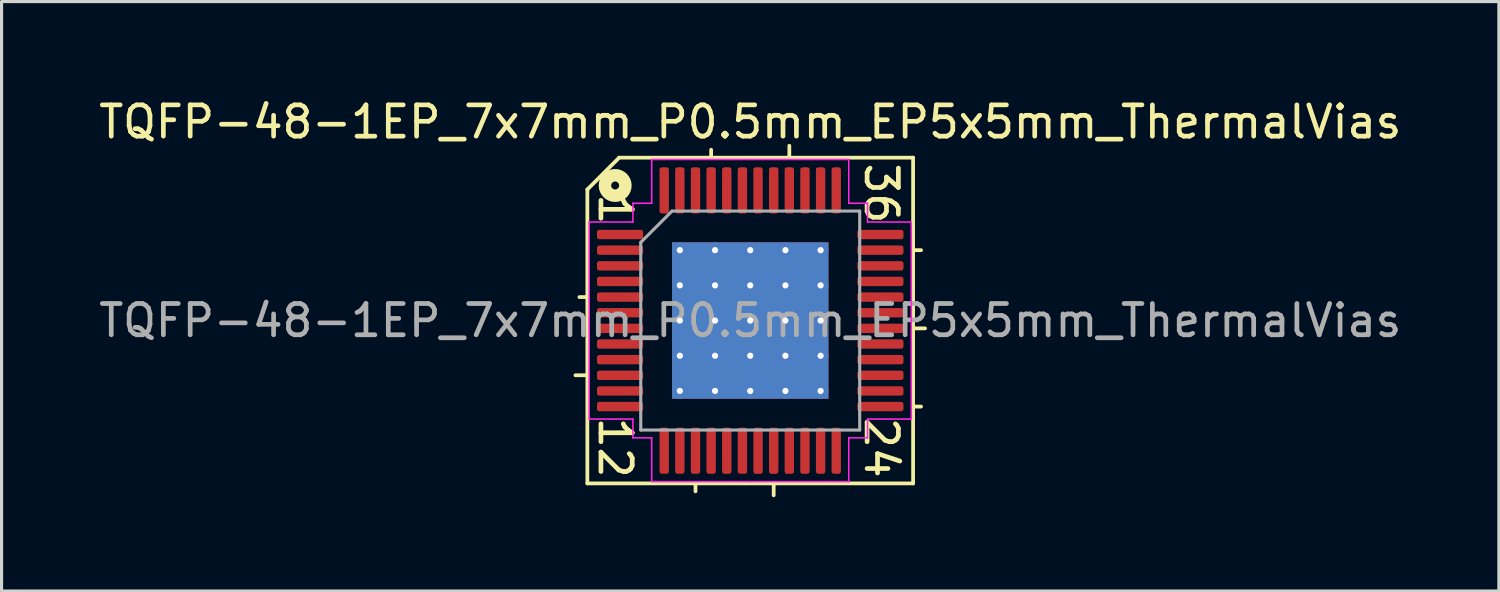
<source format=kicad_pcb>
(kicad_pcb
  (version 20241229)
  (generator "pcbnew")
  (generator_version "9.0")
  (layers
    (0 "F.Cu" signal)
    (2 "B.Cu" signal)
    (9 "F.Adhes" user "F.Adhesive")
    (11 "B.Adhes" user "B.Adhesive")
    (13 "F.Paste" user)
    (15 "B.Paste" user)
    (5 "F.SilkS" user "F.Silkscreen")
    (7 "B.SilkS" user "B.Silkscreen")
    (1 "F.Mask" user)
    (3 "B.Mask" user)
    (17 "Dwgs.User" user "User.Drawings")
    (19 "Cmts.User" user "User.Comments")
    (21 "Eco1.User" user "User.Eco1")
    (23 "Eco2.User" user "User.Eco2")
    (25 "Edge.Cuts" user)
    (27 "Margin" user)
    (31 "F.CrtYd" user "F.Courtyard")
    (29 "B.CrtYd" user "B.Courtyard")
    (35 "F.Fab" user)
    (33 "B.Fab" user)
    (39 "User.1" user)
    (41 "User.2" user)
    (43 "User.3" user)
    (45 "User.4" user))
  (footprint "TQFP-48-1EP_7x7mm_P0.5mm_EP5x5mm_ThermalVias"
    (layer "F.Cu")
    (at 20.935 7.198)
    (property "Reference" "TQFP-48-1EP_7x7mm_P0.5mm_EP5x5mm_ThermalVias" (at 0 -6.35 0) (layer "F.SilkS") (effects (font (size 1 1) (thickness 0.15))))
    (attr smd)
    (fp_line (start -5.207 -4.191) (end -5.207 5.207) (stroke (width 0.12) (type solid)) (layer "F.SilkS"))
    (fp_line (start -5.207 -0.75) (end -5.461 -0.75) (stroke (width 0.12) (type solid)) (layer "F.SilkS"))
    (fp_line (start -5.207 1.75) (end -5.588 1.75) (stroke (width 0.12) (type solid)) (layer "F.SilkS"))
    (fp_line (start -5.207 5.207) (end 5.207 5.207) (stroke (width 0.12) (type solid)) (layer "F.SilkS"))
    (fp_line (start -4.191 -5.207) (end -5.207 -4.191) (stroke (width 0.12) (type solid)) (layer "F.SilkS"))
    (fp_line (start -1.75 5.207) (end -1.75 5.461) (stroke (width 0.12) (type solid)) (layer "F.SilkS"))
    (fp_line (start -1.25 -5.207) (end -1.25 -5.461) (stroke (width 0.12) (type solid)) (layer "F.SilkS"))
    (fp_line (start 0.75 5.207) (end 0.75 5.588) (stroke (width 0.12) (type solid)) (layer "F.SilkS"))
    (fp_line (start 1.25 -5.207) (end 1.25 -5.588) (stroke (width 0.12) (type solid)) (layer "F.SilkS"))
    (fp_line (start 5.207 -5.207) (end -4.191 -5.207) (stroke (width 0.12) (type solid)) (layer "F.SilkS"))
    (fp_line (start 5.207 -2.25) (end 5.461 -2.25) (stroke (width 0.12) (type solid)) (layer "F.SilkS"))
    (fp_line (start 5.207 0.25) (end 5.588 0.25) (stroke (width 0.12) (type solid)) (layer "F.SilkS"))
    (fp_line (start 5.207 2.75) (end 5.461 2.75) (stroke (width 0.12) (type solid)) (layer "F.SilkS"))
    (fp_line (start 5.207 5.207) (end 5.207 -5.207) (stroke (width 0.12) (type solid)) (layer "F.SilkS"))
    (fp_circle (center -4.318 -4.318) (end -4.191 -4.318) (stroke (width 0.4) (type solid)) (fill no) (layer "F.SilkS"))
    (fp_line (start -5.15 -3.15) (end -5.15 0) (stroke (width 0.05) (type solid)) (layer "F.CrtYd"))
    (fp_line (start -5.15 3.15) (end -5.15 0) (stroke (width 0.05) (type solid)) (layer "F.CrtYd"))
    (fp_line (start -3.75 -3.75) (end -3.75 -3.15) (stroke (width 0.05) (type solid)) (layer "F.CrtYd"))
    (fp_line (start -3.75 -3.15) (end -5.15 -3.15) (stroke (width 0.05) (type solid)) (layer "F.CrtYd"))
    (fp_line (start -3.75 3.15) (end -5.15 3.15) (stroke (width 0.05) (type solid)) (layer "F.CrtYd"))
    (fp_line (start -3.75 3.75) (end -3.75 3.15) (stroke (width 0.05) (type solid)) (layer "F.CrtYd"))
    (fp_line (start -3.15 -5.15) (end -3.15 -3.75) (stroke (width 0.05) (type solid)) (layer "F.CrtYd"))
    (fp_line (start -3.15 -3.75) (end -3.75 -3.75) (stroke (width 0.05) (type solid)) (layer "F.CrtYd"))
    (fp_line (start -3.15 3.75) (end -3.75 3.75) (stroke (width 0.05) (type solid)) (layer "F.CrtYd"))
    (fp_line (start -3.15 5.15) (end -3.15 3.75) (stroke (width 0.05) (type solid)) (layer "F.CrtYd"))
    (fp_line (start 0 -5.15) (end -3.15 -5.15) (stroke (width 0.05) (type solid)) (layer "F.CrtYd"))
    (fp_line (start 0 -5.15) (end 3.15 -5.15) (stroke (width 0.05) (type solid)) (layer "F.CrtYd"))
    (fp_line (start 0 5.15) (end -3.15 5.15) (stroke (width 0.05) (type solid)) (layer "F.CrtYd"))
    (fp_line (start 0 5.15) (end 3.15 5.15) (stroke (width 0.05) (type solid)) (layer "F.CrtYd"))
    (fp_line (start 3.15 -5.15) (end 3.15 -3.75) (stroke (width 0.05) (type solid)) (layer "F.CrtYd"))
    (fp_line (start 3.15 -3.75) (end 3.75 -3.75) (stroke (width 0.05) (type solid)) (layer "F.CrtYd"))
    (fp_line (start 3.15 3.75) (end 3.75 3.75) (stroke (width 0.05) (type solid)) (layer "F.CrtYd"))
    (fp_line (start 3.15 5.15) (end 3.15 3.75) (stroke (width 0.05) (type solid)) (layer "F.CrtYd"))
    (fp_line (start 3.75 -3.75) (end 3.75 -3.15) (stroke (width 0.05) (type solid)) (layer "F.CrtYd"))
    (fp_line (start 3.75 -3.15) (end 5.15 -3.15) (stroke (width 0.05) (type solid)) (layer "F.CrtYd"))
    (fp_line (start 3.75 3.15) (end 5.15 3.15) (stroke (width 0.05) (type solid)) (layer "F.CrtYd"))
    (fp_line (start 3.75 3.75) (end 3.75 3.15) (stroke (width 0.05) (type solid)) (layer "F.CrtYd"))
    (fp_line (start 5.15 -3.15) (end 5.15 0) (stroke (width 0.05) (type solid)) (layer "F.CrtYd"))
    (fp_line (start 5.15 3.15) (end 5.15 0) (stroke (width 0.05) (type solid)) (layer "F.CrtYd"))
    (fp_line (start -3.5 -2.5) (end -2.5 -3.5) (stroke (width 0.1) (type solid)) (layer "F.Fab"))
    (fp_line (start -3.5 3.5) (end -3.5 -2.5) (stroke (width 0.1) (type solid)) (layer "F.Fab"))
    (fp_line (start -2.5 -3.5) (end 3.5 -3.5) (stroke (width 0.1) (type solid)) (layer "F.Fab"))
    (fp_line (start 3.5 -3.5) (end 3.5 3.5) (stroke (width 0.1) (type solid)) (layer "F.Fab"))
    (fp_line (start 3.5 3.5) (end -3.5 3.5) (stroke (width 0.1) (type solid)) (layer "F.Fab"))
    (fp_text user "12" (at -4.318 4.064 270) (unlocked yes) (layer "F.SilkS") (effects (font (size 1 1) (thickness 0.15))))
    (fp_text user "1" (at -4.318 -3.556 270) (unlocked yes) (layer "F.SilkS") (effects (font (size 1 1) (thickness 0.15))))
    (fp_text user "36" (at 4.191 -4.064 270) (unlocked yes) (layer "F.SilkS") (effects (font (size 1 1) (thickness 0.15))))
    (fp_text user "24" (at 4.191 4.064 270) (unlocked yes) (layer "F.SilkS") (effects (font (size 1 1) (thickness 0.15))))
    (fp_text user "${REFERENCE}" (at 0 0 0) (layer "F.Fab") (effects (font (size 1 1) (thickness 0.15))))
    (pad "" smd custom (at -1.688 -1.688) (size 0.891 0.891) (layers "F.Paste") (options (anchor circle)) (primitives (gr_poly (pts (xy -0.387 -0.29) (xy -0.29 -0.387) (xy 0.29 -0.387) (xy 0.387 -0.29) (xy 0.387 0.29) (xy 0.29 0.387) (xy -0.29 0.387) (xy -0.387 0.29)) (width 0.234) (fill yes))))
    (pad "" smd custom (at -1.688 -0.562) (size 0.891 0.891) (layers "F.Paste") (options (anchor circle)) (primitives (gr_poly (pts (xy -0.387 -0.29) (xy -0.29 -0.387) (xy 0.29 -0.387) (xy 0.387 -0.29) (xy 0.387 0.29) (xy 0.29 0.387) (xy -0.29 0.387) (xy -0.387 0.29)) (width 0.234) (fill yes))))
    (pad "" smd custom (at -1.688 0.562) (size 0.891 0.891) (layers "F.Paste") (options (anchor circle)) (primitives (gr_poly (pts (xy -0.387 -0.29) (xy -0.29 -0.387) (xy 0.29 -0.387) (xy 0.387 -0.29) (xy 0.387 0.29) (xy 0.29 0.387) (xy -0.29 0.387) (xy -0.387 0.29)) (width 0.234) (fill yes))))
    (pad "" smd custom (at -1.688 1.688) (size 0.891 0.891) (layers "F.Paste") (options (anchor circle)) (primitives (gr_poly (pts (xy -0.387 -0.29) (xy -0.29 -0.387) (xy 0.29 -0.387) (xy 0.387 -0.29) (xy 0.387 0.29) (xy 0.29 0.387) (xy -0.29 0.387) (xy -0.387 0.29)) (width 0.234) (fill yes))))
    (pad "" smd custom (at -0.562 -1.688) (size 0.891 0.891) (layers "F.Paste") (options (anchor circle)) (primitives (gr_poly (pts (xy -0.387 -0.29) (xy -0.29 -0.387) (xy 0.29 -0.387) (xy 0.387 -0.29) (xy 0.387 0.29) (xy 0.29 0.387) (xy -0.29 0.387) (xy -0.387 0.29)) (width 0.234) (fill yes))))
    (pad "" smd custom (at -0.562 -0.562) (size 0.891 0.891) (layers "F.Paste") (options (anchor circle)) (primitives (gr_poly (pts (xy -0.387 -0.29) (xy -0.29 -0.387) (xy 0.29 -0.387) (xy 0.387 -0.29) (xy 0.387 0.29) (xy 0.29 0.387) (xy -0.29 0.387) (xy -0.387 0.29)) (width 0.234) (fill yes))))
    (pad "" smd custom (at -0.562 0.562) (size 0.891 0.891) (layers "F.Paste") (options (anchor circle)) (primitives (gr_poly (pts (xy -0.387 -0.29) (xy -0.29 -0.387) (xy 0.29 -0.387) (xy 0.387 -0.29) (xy 0.387 0.29) (xy 0.29 0.387) (xy -0.29 0.387) (xy -0.387 0.29)) (width 0.234) (fill yes))))
    (pad "" smd custom (at -0.562 1.688) (size 0.891 0.891) (layers "F.Paste") (options (anchor circle)) (primitives (gr_poly (pts (xy -0.387 -0.29) (xy -0.29 -0.387) (xy 0.29 -0.387) (xy 0.387 -0.29) (xy 0.387 0.29) (xy 0.29 0.387) (xy -0.29 0.387) (xy -0.387 0.29)) (width 0.234) (fill yes))))
    (pad "" smd custom (at 0.562 -1.688) (size 0.891 0.891) (layers "F.Paste") (options (anchor circle)) (primitives (gr_poly (pts (xy -0.387 -0.29) (xy -0.29 -0.387) (xy 0.29 -0.387) (xy 0.387 -0.29) (xy 0.387 0.29) (xy 0.29 0.387) (xy -0.29 0.387) (xy -0.387 0.29)) (width 0.234) (fill yes))))
    (pad "" smd custom (at 0.562 -0.562) (size 0.891 0.891) (layers "F.Paste") (options (anchor circle)) (primitives (gr_poly (pts (xy -0.387 -0.29) (xy -0.29 -0.387) (xy 0.29 -0.387) (xy 0.387 -0.29) (xy 0.387 0.29) (xy 0.29 0.387) (xy -0.29 0.387) (xy -0.387 0.29)) (width 0.234) (fill yes))))
    (pad "" smd custom (at 0.562 0.562) (size 0.891 0.891) (layers "F.Paste") (options (anchor circle)) (primitives (gr_poly (pts (xy -0.387 -0.29) (xy -0.29 -0.387) (xy 0.29 -0.387) (xy 0.387 -0.29) (xy 0.387 0.29) (xy 0.29 0.387) (xy -0.29 0.387) (xy -0.387 0.29)) (width 0.234) (fill yes))))
    (pad "" smd custom (at 0.562 1.688) (size 0.891 0.891) (layers "F.Paste") (options (anchor circle)) (primitives (gr_poly (pts (xy -0.387 -0.29) (xy -0.29 -0.387) (xy 0.29 -0.387) (xy 0.387 -0.29) (xy 0.387 0.29) (xy 0.29 0.387) (xy -0.29 0.387) (xy -0.387 0.29)) (width 0.234) (fill yes))))
    (pad "" smd custom (at 1.688 -1.688) (size 0.891 0.891) (layers "F.Paste") (options (anchor circle)) (primitives (gr_poly (pts (xy -0.387 -0.29) (xy -0.29 -0.387) (xy 0.29 -0.387) (xy 0.387 -0.29) (xy 0.387 0.29) (xy 0.29 0.387) (xy -0.29 0.387) (xy -0.387 0.29)) (width 0.234) (fill yes))))
    (pad "" smd custom (at 1.688 -0.562) (size 0.891 0.891) (layers "F.Paste") (options (anchor circle)) (primitives (gr_poly (pts (xy -0.387 -0.29) (xy -0.29 -0.387) (xy 0.29 -0.387) (xy 0.387 -0.29) (xy 0.387 0.29) (xy 0.29 0.387) (xy -0.29 0.387) (xy -0.387 0.29)) (width 0.234) (fill yes))))
    (pad "" smd custom (at 1.688 0.562) (size 0.891 0.891) (layers "F.Paste") (options (anchor circle)) (primitives (gr_poly (pts (xy -0.387 -0.29) (xy -0.29 -0.387) (xy 0.29 -0.387) (xy 0.387 -0.29) (xy 0.387 0.29) (xy 0.29 0.387) (xy -0.29 0.387) (xy -0.387 0.29)) (width 0.234) (fill yes))))
    (pad "" smd custom (at 1.688 1.688) (size 0.891 0.891) (layers "F.Paste") (options (anchor circle)) (primitives (gr_poly (pts (xy -0.387 -0.29) (xy -0.29 -0.387) (xy 0.29 -0.387) (xy 0.387 -0.29) (xy 0.387 0.29) (xy 0.29 0.387) (xy -0.29 0.387) (xy -0.387 0.29)) (width 0.234) (fill yes))))
    (pad "1" smd roundrect (at -4.162 -2.75) (size 1.475 0.3) (layers "F.Cu" "F.Mask" "F.Paste") (roundrect_rratio 0.25))
    (pad "2" smd roundrect (at -4.162 -2.25) (size 1.475 0.3) (layers "F.Cu" "F.Mask" "F.Paste") (roundrect_rratio 0.25))
    (pad "3" smd roundrect (at -4.162 -1.75) (size 1.475 0.3) (layers "F.Cu" "F.Mask" "F.Paste") (roundrect_rratio 0.25))
    (pad "4" smd roundrect (at -4.162 -1.25) (size 1.475 0.3) (layers "F.Cu" "F.Mask" "F.Paste") (roundrect_rratio 0.25))
    (pad "5" smd roundrect (at -4.162 -0.75) (size 1.475 0.3) (layers "F.Cu" "F.Mask" "F.Paste") (roundrect_rratio 0.25))
    (pad "6" smd roundrect (at -4.162 -0.25) (size 1.475 0.3) (layers "F.Cu" "F.Mask" "F.Paste") (roundrect_rratio 0.25))
    (pad "7" smd roundrect (at -4.162 0.25) (size 1.475 0.3) (layers "F.Cu" "F.Mask" "F.Paste") (roundrect_rratio 0.25))
    (pad "8" smd roundrect (at -4.162 0.75) (size 1.475 0.3) (layers "F.Cu" "F.Mask" "F.Paste") (roundrect_rratio 0.25))
    (pad "9" smd roundrect (at -4.162 1.25) (size 1.475 0.3) (layers "F.Cu" "F.Mask" "F.Paste") (roundrect_rratio 0.25))
    (pad "10" smd roundrect (at -4.162 1.75) (size 1.475 0.3) (layers "F.Cu" "F.Mask" "F.Paste") (roundrect_rratio 0.25))
    (pad "11" smd roundrect (at -4.162 2.25) (size 1.475 0.3) (layers "F.Cu" "F.Mask" "F.Paste") (roundrect_rratio 0.25))
    (pad "12" smd roundrect (at -4.162 2.75) (size 1.475 0.3) (layers "F.Cu" "F.Mask" "F.Paste") (roundrect_rratio 0.25))
    (pad "13" smd roundrect (at -2.75 4.162) (size 0.3 1.475) (layers "F.Cu" "F.Mask" "F.Paste") (roundrect_rratio 0.25))
    (pad "14" smd roundrect (at -2.25 4.162) (size 0.3 1.475) (layers "F.Cu" "F.Mask" "F.Paste") (roundrect_rratio 0.25))
    (pad "15" smd roundrect (at -1.75 4.162) (size 0.3 1.475) (layers "F.Cu" "F.Mask" "F.Paste") (roundrect_rratio 0.25))
    (pad "16" smd roundrect (at -1.25 4.162) (size 0.3 1.475) (layers "F.Cu" "F.Mask" "F.Paste") (roundrect_rratio 0.25))
    (pad "17" smd roundrect (at -0.75 4.162) (size 0.3 1.475) (layers "F.Cu" "F.Mask" "F.Paste") (roundrect_rratio 0.25))
    (pad "18" smd roundrect (at -0.25 4.162) (size 0.3 1.475) (layers "F.Cu" "F.Mask" "F.Paste") (roundrect_rratio 0.25))
    (pad "19" smd roundrect (at 0.25 4.162) (size 0.3 1.475) (layers "F.Cu" "F.Mask" "F.Paste") (roundrect_rratio 0.25))
    (pad "20" smd roundrect (at 0.75 4.162) (size 0.3 1.475) (layers "F.Cu" "F.Mask" "F.Paste") (roundrect_rratio 0.25))
    (pad "21" smd roundrect (at 1.25 4.162) (size 0.3 1.475) (layers "F.Cu" "F.Mask" "F.Paste") (roundrect_rratio 0.25))
    (pad "22" smd roundrect (at 1.75 4.162) (size 0.3 1.475) (layers "F.Cu" "F.Mask" "F.Paste") (roundrect_rratio 0.25))
    (pad "23" smd roundrect (at 2.25 4.162) (size 0.3 1.475) (layers "F.Cu" "F.Mask" "F.Paste") (roundrect_rratio 0.25))
    (pad "24" smd roundrect (at 2.75 4.162) (size 0.3 1.475) (layers "F.Cu" "F.Mask" "F.Paste") (roundrect_rratio 0.25))
    (pad "25" smd roundrect (at 4.162 2.75) (size 1.475 0.3) (layers "F.Cu" "F.Mask" "F.Paste") (roundrect_rratio 0.25))
    (pad "26" smd roundrect (at 4.162 2.25) (size 1.475 0.3) (layers "F.Cu" "F.Mask" "F.Paste") (roundrect_rratio 0.25))
    (pad "27" smd roundrect (at 4.162 1.75) (size 1.475 0.3) (layers "F.Cu" "F.Mask" "F.Paste") (roundrect_rratio 0.25))
    (pad "28" smd roundrect (at 4.162 1.25) (size 1.475 0.3) (layers "F.Cu" "F.Mask" "F.Paste") (roundrect_rratio 0.25))
    (pad "29" smd roundrect (at 4.162 0.75) (size 1.475 0.3) (layers "F.Cu" "F.Mask" "F.Paste") (roundrect_rratio 0.25))
    (pad "30" smd roundrect (at 4.162 0.25) (size 1.475 0.3) (layers "F.Cu" "F.Mask" "F.Paste") (roundrect_rratio 0.25))
    (pad "31" smd roundrect (at 4.162 -0.25) (size 1.475 0.3) (layers "F.Cu" "F.Mask" "F.Paste") (roundrect_rratio 0.25))
    (pad "32" smd roundrect (at 4.162 -0.75) (size 1.475 0.3) (layers "F.Cu" "F.Mask" "F.Paste") (roundrect_rratio 0.25))
    (pad "33" smd roundrect (at 4.162 -1.25) (size 1.475 0.3) (layers "F.Cu" "F.Mask" "F.Paste") (roundrect_rratio 0.25))
    (pad "34" smd roundrect (at 4.162 -1.75) (size 1.475 0.3) (layers "F.Cu" "F.Mask" "F.Paste") (roundrect_rratio 0.25))
    (pad "35" smd roundrect (at 4.162 -2.25) (size 1.475 0.3) (layers "F.Cu" "F.Mask" "F.Paste") (roundrect_rratio 0.25))
    (pad "36" smd roundrect (at 4.162 -2.75) (size 1.475 0.3) (layers "F.Cu" "F.Mask" "F.Paste") (roundrect_rratio 0.25))
    (pad "37" smd roundrect (at 2.75 -4.162) (size 0.3 1.475) (layers "F.Cu" "F.Mask" "F.Paste") (roundrect_rratio 0.25))
    (pad "38" smd roundrect (at 2.25 -4.162) (size 0.3 1.475) (layers "F.Cu" "F.Mask" "F.Paste") (roundrect_rratio 0.25))
    (pad "39" smd roundrect (at 1.75 -4.162) (size 0.3 1.475) (layers "F.Cu" "F.Mask" "F.Paste") (roundrect_rratio 0.25))
    (pad "40" smd roundrect (at 1.25 -4.162) (size 0.3 1.475) (layers "F.Cu" "F.Mask" "F.Paste") (roundrect_rratio 0.25))
    (pad "41" smd roundrect (at 0.75 -4.162) (size 0.3 1.475) (layers "F.Cu" "F.Mask" "F.Paste") (roundrect_rratio 0.25))
    (pad "42" smd roundrect (at 0.25 -4.162) (size 0.3 1.475) (layers "F.Cu" "F.Mask" "F.Paste") (roundrect_rratio 0.25))
    (pad "43" smd roundrect (at -0.25 -4.162) (size 0.3 1.475) (layers "F.Cu" "F.Mask" "F.Paste") (roundrect_rratio 0.25))
    (pad "44" smd roundrect (at -0.75 -4.162) (size 0.3 1.475) (layers "F.Cu" "F.Mask" "F.Paste") (roundrect_rratio 0.25))
    (pad "45" smd roundrect (at -1.25 -4.162) (size 0.3 1.475) (layers "F.Cu" "F.Mask" "F.Paste") (roundrect_rratio 0.25))
    (pad "46" smd roundrect (at -1.75 -4.162) (size 0.3 1.475) (layers "F.Cu" "F.Mask" "F.Paste") (roundrect_rratio 0.25))
    (pad "47" smd roundrect (at -2.25 -4.162) (size 0.3 1.475) (layers "F.Cu" "F.Mask" "F.Paste") (roundrect_rratio 0.25))
    (pad "48" smd roundrect (at -2.75 -4.162) (size 0.3 1.475) (layers "F.Cu" "F.Mask" "F.Paste") (roundrect_rratio 0.25))
    (pad "49" thru_hole circle (at -2.25 -2.25) (size 0.5 0.5) (drill 0.2) (layers "*.Cu"))
    (pad "49" thru_hole circle (at -2.25 -1.125) (size 0.5 0.5) (drill 0.2) (layers "*.Cu"))
    (pad "49" thru_hole circle (at -2.25 0) (size 0.5 0.5) (drill 0.2) (layers "*.Cu"))
    (pad "49" thru_hole circle (at -2.25 1.125) (size 0.5 0.5) (drill 0.2) (layers "*.Cu"))
    (pad "49" thru_hole circle (at -2.25 2.25) (size 0.5 0.5) (drill 0.2) (layers "*.Cu"))
    (pad "49" thru_hole circle (at -1.125 -2.25) (size 0.5 0.5) (drill 0.2) (layers "*.Cu"))
    (pad "49" thru_hole circle (at -1.125 -1.125) (size 0.5 0.5) (drill 0.2) (layers "*.Cu"))
    (pad "49" thru_hole circle (at -1.125 0) (size 0.5 0.5) (drill 0.2) (layers "*.Cu"))
    (pad "49" thru_hole circle (at -1.125 1.125) (size 0.5 0.5) (drill 0.2) (layers "*.Cu"))
    (pad "49" thru_hole circle (at -1.125 2.25) (size 0.5 0.5) (drill 0.2) (layers "*.Cu"))
    (pad "49" thru_hole circle (at 0 -2.25) (size 0.5 0.5) (drill 0.2) (layers "*.Cu"))
    (pad "49" thru_hole circle (at 0 -1.125) (size 0.5 0.5) (drill 0.2) (layers "*.Cu"))
    (pad "49" thru_hole circle (at 0 0) (size 0.5 0.5) (drill 0.2) (layers "*.Cu"))
    (pad "49" smd rect (at 0 0) (size 5 5) (layers "F.Cu" "F.Mask"))
    (pad "49" smd rect (at 0 0) (size 5 5) (layers "B.Cu" "B.Mask"))
    (pad "49" thru_hole circle (at 0 1.125) (size 0.5 0.5) (drill 0.2) (layers "*.Cu"))
    (pad "49" thru_hole circle (at 0 2.25) (size 0.5 0.5) (drill 0.2) (layers "*.Cu"))
    (pad "49" thru_hole circle (at 1.125 -2.25) (size 0.5 0.5) (drill 0.2) (layers "*.Cu"))
    (pad "49" thru_hole circle (at 1.125 -1.125) (size 0.5 0.5) (drill 0.2) (layers "*.Cu"))
    (pad "49" thru_hole circle (at 1.125 0) (size 0.5 0.5) (drill 0.2) (layers "*.Cu"))
    (pad "49" thru_hole circle (at 1.125 1.125) (size 0.5 0.5) (drill 0.2) (layers "*.Cu"))
    (pad "49" thru_hole circle (at 1.125 2.25) (size 0.5 0.5) (drill 0.2) (layers "*.Cu"))
    (pad "49" thru_hole circle (at 2.25 -2.25) (size 0.5 0.5) (drill 0.2) (layers "*.Cu"))
    (pad "49" thru_hole circle (at 2.25 -1.125) (size 0.5 0.5) (drill 0.2) (layers "*.Cu"))
    (pad "49" thru_hole circle (at 2.25 0) (size 0.5 0.5) (drill 0.2) (layers "*.Cu"))
    (pad "49" thru_hole circle (at 2.25 1.125) (size 0.5 0.5) (drill 0.2) (layers "*.Cu"))
    (pad "49" thru_hole circle (at 2.25 2.25) (size 0.5 0.5) (drill 0.2) (layers "*.Cu")))
  (gr_rect
    (start -3 -3)
    (end 44.869 15.846)
    (stroke (width 0.1) (type default))
    (fill no)
    (layer "Edge.Cuts")))
</source>
